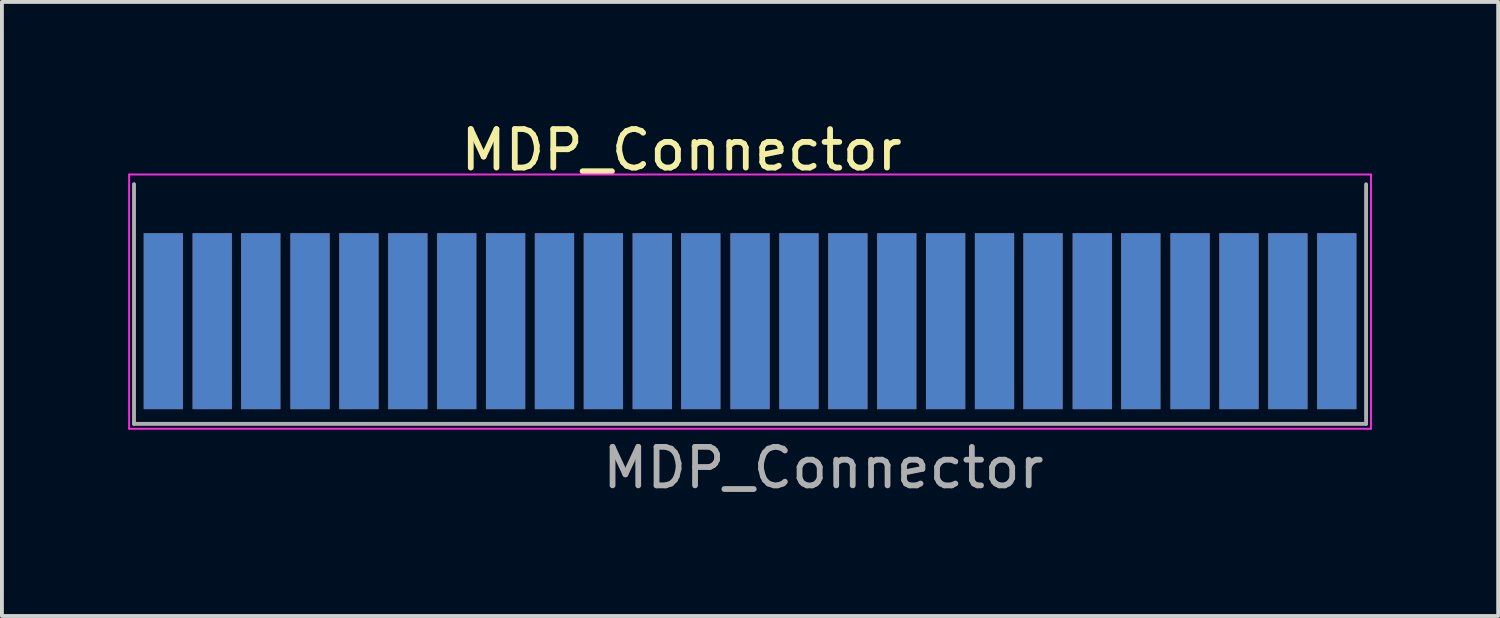
<source format=kicad_pcb>
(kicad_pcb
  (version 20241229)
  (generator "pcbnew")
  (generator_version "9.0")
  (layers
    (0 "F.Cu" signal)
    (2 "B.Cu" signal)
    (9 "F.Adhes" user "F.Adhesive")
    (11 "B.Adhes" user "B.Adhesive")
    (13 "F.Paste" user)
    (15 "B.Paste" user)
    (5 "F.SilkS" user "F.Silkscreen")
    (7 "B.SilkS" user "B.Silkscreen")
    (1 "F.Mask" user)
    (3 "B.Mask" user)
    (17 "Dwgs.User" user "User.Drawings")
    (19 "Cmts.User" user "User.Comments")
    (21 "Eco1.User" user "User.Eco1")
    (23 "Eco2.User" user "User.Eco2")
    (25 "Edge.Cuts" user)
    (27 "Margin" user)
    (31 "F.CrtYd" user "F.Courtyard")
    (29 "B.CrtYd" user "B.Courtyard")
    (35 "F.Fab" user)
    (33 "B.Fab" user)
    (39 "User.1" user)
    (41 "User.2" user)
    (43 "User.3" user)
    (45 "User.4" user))
  (footprint "MDP_Connector"
    (layer "F.Cu")
    (at 1.193 5.293)
    (property "Reference" "MDP_Connector" (at 13.462 -4.445 0) (layer "F.SilkS") (effects (font (size 1 1) (thickness 0.15))))
    (attr exclude_from_pos_files exclude_from_bom)
    (fp_rect (start -1.143 -2.159) (end 31.623 3.048) (stroke (width 0.1) (type solid)) (fill yes) (layer "F.Mask"))
    (fp_rect (start -1.143 -2.159) (end 31.623 3.048) (stroke (width 0.1) (type solid)) (fill yes) (layer "B.Mask"))
    (fp_line (start -0.889 -3.81) (end -0.889 2.794) (stroke (width 0.05) (type solid)) (layer "F.CrtYd"))
    (fp_line (start -0.889 -3.81) (end 31.369 -3.81) (stroke (width 0.05) (type solid)) (layer "F.CrtYd"))
    (fp_line (start 31.369 2.794) (end -0.889 2.794) (stroke (width 0.05) (type solid)) (layer "F.CrtYd"))
    (fp_line (start 31.369 2.794) (end 31.369 -3.81) (stroke (width 0.05) (type solid)) (layer "F.CrtYd"))
    (fp_line (start -0.762 -3.56) (end -0.762 2.667) (stroke (width 0.1) (type solid)) (layer "F.Fab"))
    (fp_line (start -0.762 2.667) (end 31.242 2.667) (stroke (width 0.1) (type solid)) (layer "F.Fab"))
    (fp_line (start 31.242 2.667) (end 31.242 -3.556) (stroke (width 0.1) (type solid)) (layer "F.Fab"))
    (fp_text user "${REFERENCE}" (at 17.145 3.81 0) (layer "F.Fab") (effects (font (size 1 1) (thickness 0.15))))
    (pad "A1" connect rect (at 0 0) (size 1.02 4.57) (layers "B.Cu" "B.Mask"))
    (pad "A2" connect rect (at 1.27 0) (size 1.02 4.57) (layers "B.Cu" "B.Mask"))
    (pad "A3" connect rect (at 2.53 0) (size 1.02 4.57) (layers "B.Cu" "B.Mask"))
    (pad "A4" connect rect (at 3.81 0) (size 1.02 4.57) (layers "B.Cu" "B.Mask"))
    (pad "A5" connect rect (at 5.08 0) (size 1.02 4.57) (layers "B.Cu" "B.Mask"))
    (pad "A6" connect rect (at 6.35 0) (size 1.02 4.57) (layers "B.Cu" "B.Mask"))
    (pad "A7" connect rect (at 7.62 0) (size 1.02 4.57) (layers "B.Cu" "B.Mask"))
    (pad "A8" connect rect (at 8.89 0) (size 1.02 4.57) (layers "B.Cu" "B.Mask"))
    (pad "A9" connect rect (at 10.16 0) (size 1.02 4.57) (layers "B.Cu" "B.Mask"))
    (pad "A10" connect rect (at 11.43 0) (size 1.02 4.57) (layers "B.Cu" "B.Mask"))
    (pad "A11" connect rect (at 12.7 0) (size 1.02 4.57) (layers "B.Cu" "B.Mask"))
    (pad "A12" connect rect (at 13.96 0) (size 1.02 4.57) (layers "B.Cu" "B.Mask"))
    (pad "A13" connect rect (at 15.24 0) (size 1.02 4.57) (layers "B.Cu" "B.Mask"))
    (pad "A14" connect rect (at 16.51 0) (size 1.02 4.57) (layers "B.Cu" "B.Mask"))
    (pad "A15" connect rect (at 17.78 0) (size 1.02 4.57) (layers "B.Cu" "B.Mask"))
    (pad "A16" connect rect (at 19.05 0) (size 1.02 4.57) (layers "B.Cu" "B.Mask"))
    (pad "A17" connect rect (at 20.32 0) (size 1.02 4.57) (layers "B.Cu" "B.Mask"))
    (pad "A18" connect rect (at 21.59 0) (size 1.02 4.57) (layers "B.Cu" "B.Mask"))
    (pad "A19" connect rect (at 22.85 0) (size 1.02 4.57) (layers "B.Cu" "B.Mask"))
    (pad "A20" connect rect (at 24.13 0) (size 1.02 4.57) (layers "B.Cu" "B.Mask"))
    (pad "A21" connect rect (at 25.39 0) (size 1.02 4.57) (layers "B.Cu" "B.Mask"))
    (pad "A22" connect rect (at 26.67 0) (size 1.02 4.57) (layers "B.Cu" "B.Mask"))
    (pad "A23" connect rect (at 27.94 0) (size 1.02 4.57) (layers "B.Cu" "B.Mask"))
    (pad "A24" connect rect (at 29.21 0) (size 1.02 4.57) (layers "B.Cu" "B.Mask"))
    (pad "A25" connect rect (at 30.48 0) (size 1.02 4.57) (layers "B.Cu" "B.Mask"))
    (pad "B1" connect rect (at 0 0) (size 1.02 4.57) (layers "F.Cu" "F.Mask"))
    (pad "B2" connect rect (at 1.27 0) (size 1.02 4.57) (layers "F.Cu" "F.Mask"))
    (pad "B3" connect rect (at 2.53 0) (size 1.02 4.57) (layers "F.Cu" "F.Mask"))
    (pad "B4" connect rect (at 3.81 0) (size 1.02 4.57) (layers "F.Cu" "F.Mask"))
    (pad "B5" connect rect (at 5.08 0) (size 1.02 4.57) (layers "F.Cu" "F.Mask"))
    (pad "B6" connect rect (at 6.35 0) (size 1.02 4.57) (layers "F.Cu" "F.Mask"))
    (pad "B7" connect rect (at 7.62 0) (size 1.02 4.57) (layers "F.Cu" "F.Mask"))
    (pad "B8" connect rect (at 8.89 0) (size 1.02 4.57) (layers "F.Cu" "F.Mask"))
    (pad "B9" connect rect (at 10.16 0) (size 1.02 4.57) (layers "F.Cu" "F.Mask"))
    (pad "B10" connect rect (at 11.43 0) (size 1.02 4.57) (layers "F.Cu" "F.Mask"))
    (pad "B11" connect rect (at 12.7 0) (size 1.02 4.57) (layers "F.Cu" "F.Mask"))
    (pad "B12" connect rect (at 13.96 0) (size 1.02 4.57) (layers "F.Cu" "F.Mask"))
    (pad "B13" connect rect (at 15.24 0) (size 1.02 4.57) (layers "F.Cu" "F.Mask"))
    (pad "B14" connect rect (at 16.51 0) (size 1.02 4.57) (layers "F.Cu" "F.Mask"))
    (pad "B15" connect rect (at 17.78 0) (size 1.02 4.57) (layers "F.Cu" "F.Mask"))
    (pad "B16" connect rect (at 19.05 0) (size 1.02 4.57) (layers "F.Cu" "F.Mask"))
    (pad "B17" connect rect (at 20.32 0) (size 1.02 4.57) (layers "F.Cu" "F.Mask"))
    (pad "B18" connect rect (at 21.59 0) (size 1.02 4.57) (layers "F.Cu" "F.Mask"))
    (pad "B19" connect rect (at 22.85 0) (size 1.02 4.57) (layers "F.Cu" "F.Mask"))
    (pad "B20" connect rect (at 24.13 0) (size 1.02 4.57) (layers "F.Cu" "F.Mask"))
    (pad "B21" connect rect (at 25.39 0) (size 1.02 4.57) (layers "F.Cu" "F.Mask"))
    (pad "B22" connect rect (at 26.67 0) (size 1.02 4.57) (layers "F.Cu" "F.Mask"))
    (pad "B23" connect rect (at 27.94 0) (size 1.02 4.57) (layers "F.Cu" "F.Mask"))
    (pad "B24" connect rect (at 29.21 0) (size 1.02 4.57) (layers "F.Cu" "F.Mask"))
    (pad "B25" connect rect (at 30.48 0) (size 1.02 4.57) (layers "F.Cu" "F.Mask")))
  (gr_rect
    (start -3 -3)
    (end 35.866 12.951)
    (stroke (width 0.1) (type default))
    (fill no)
    (layer "Edge.Cuts")))
</source>
